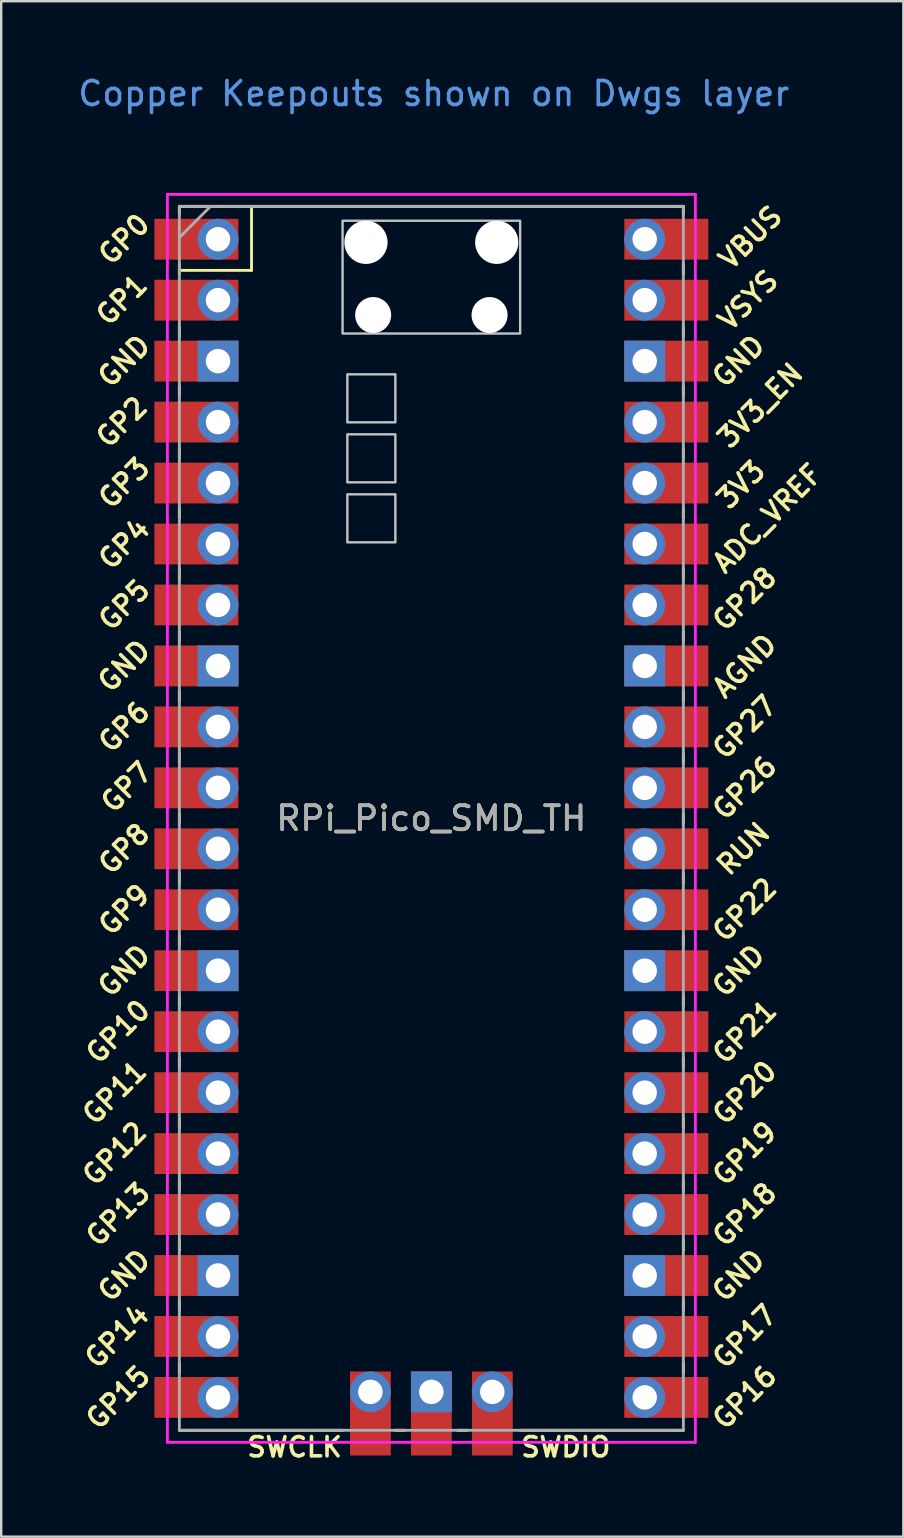
<source format=kicad_pcb>
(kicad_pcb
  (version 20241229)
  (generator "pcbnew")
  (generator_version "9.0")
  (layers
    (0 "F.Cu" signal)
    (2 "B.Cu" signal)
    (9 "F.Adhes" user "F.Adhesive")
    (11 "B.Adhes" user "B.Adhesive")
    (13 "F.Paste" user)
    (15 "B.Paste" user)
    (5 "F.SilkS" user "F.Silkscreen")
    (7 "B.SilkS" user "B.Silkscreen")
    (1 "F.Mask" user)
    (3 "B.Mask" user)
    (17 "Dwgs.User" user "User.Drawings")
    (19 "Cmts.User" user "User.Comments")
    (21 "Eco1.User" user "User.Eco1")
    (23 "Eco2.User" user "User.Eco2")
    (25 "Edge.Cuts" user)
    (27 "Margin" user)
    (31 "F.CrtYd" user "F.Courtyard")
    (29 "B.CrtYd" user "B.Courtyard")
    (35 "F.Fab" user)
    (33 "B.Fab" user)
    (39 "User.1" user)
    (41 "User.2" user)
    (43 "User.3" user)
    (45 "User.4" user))
  (footprint "RPi_Pico_SMD_TH"
    (layer "F.Cu")
    (at 14.924 31.048)
    (property "Reference" "RPi_Pico_SMD_TH" (at 0 0 0) (layer "F.SilkS") (effects (font (size 1 1) (thickness 0.15))))
    (attr through_hole)
    (fp_line (start -10.5 -25.5) (end -10.5 -25.2) (stroke (width 0.12) (type solid)) (layer "F.SilkS"))
    (fp_line (start -10.5 -25.5) (end 10.5 -25.5) (stroke (width 0.12) (type solid)) (layer "F.SilkS"))
    (fp_line (start -10.5 -23.1) (end -10.5 -22.7) (stroke (width 0.12) (type solid)) (layer "F.SilkS"))
    (fp_line (start -10.5 -22.833) (end -7.493 -22.833) (stroke (width 0.12) (type solid)) (layer "F.SilkS"))
    (fp_line (start -10.5 -20.5) (end -10.5 -20.1) (stroke (width 0.12) (type solid)) (layer "F.SilkS"))
    (fp_line (start -10.5 -18) (end -10.5 -17.6) (stroke (width 0.12) (type solid)) (layer "F.SilkS"))
    (fp_line (start -10.5 -15.4) (end -10.5 -15) (stroke (width 0.12) (type solid)) (layer "F.SilkS"))
    (fp_line (start -10.5 -12.9) (end -10.5 -12.5) (stroke (width 0.12) (type solid)) (layer "F.SilkS"))
    (fp_line (start -10.5 -10.4) (end -10.5 -10) (stroke (width 0.12) (type solid)) (layer "F.SilkS"))
    (fp_line (start -10.5 -7.8) (end -10.5 -7.4) (stroke (width 0.12) (type solid)) (layer "F.SilkS"))
    (fp_line (start -10.5 -5.3) (end -10.5 -4.9) (stroke (width 0.12) (type solid)) (layer "F.SilkS"))
    (fp_line (start -10.5 -2.7) (end -10.5 -2.3) (stroke (width 0.12) (type solid)) (layer "F.SilkS"))
    (fp_line (start -10.5 -0.2) (end -10.5 0.2) (stroke (width 0.12) (type solid)) (layer "F.SilkS"))
    (fp_line (start -10.5 2.3) (end -10.5 2.7) (stroke (width 0.12) (type solid)) (layer "F.SilkS"))
    (fp_line (start -10.5 4.9) (end -10.5 5.3) (stroke (width 0.12) (type solid)) (layer "F.SilkS"))
    (fp_line (start -10.5 7.4) (end -10.5 7.8) (stroke (width 0.12) (type solid)) (layer "F.SilkS"))
    (fp_line (start -10.5 10) (end -10.5 10.4) (stroke (width 0.12) (type solid)) (layer "F.SilkS"))
    (fp_line (start -10.5 12.5) (end -10.5 12.9) (stroke (width 0.12) (type solid)) (layer "F.SilkS"))
    (fp_line (start -10.5 15.1) (end -10.5 15.5) (stroke (width 0.12) (type solid)) (layer "F.SilkS"))
    (fp_line (start -10.5 17.6) (end -10.5 18) (stroke (width 0.12) (type solid)) (layer "F.SilkS"))
    (fp_line (start -10.5 20.1) (end -10.5 20.5) (stroke (width 0.12) (type solid)) (layer "F.SilkS"))
    (fp_line (start -10.5 22.7) (end -10.5 23.1) (stroke (width 0.12) (type solid)) (layer "F.SilkS"))
    (fp_line (start -7.493 -22.833) (end -7.493 -25.5) (stroke (width 0.12) (type solid)) (layer "F.SilkS"))
    (fp_line (start -3.7 25.5) (end -10.5 25.5) (stroke (width 0.12) (type solid)) (layer "F.SilkS"))
    (fp_line (start -1.5 25.5) (end -1.1 25.5) (stroke (width 0.12) (type solid)) (layer "F.SilkS"))
    (fp_line (start 1.1 25.5) (end 1.5 25.5) (stroke (width 0.12) (type solid)) (layer "F.SilkS"))
    (fp_line (start 10.5 -25.5) (end 10.5 -25.2) (stroke (width 0.12) (type solid)) (layer "F.SilkS"))
    (fp_line (start 10.5 -23.1) (end 10.5 -22.7) (stroke (width 0.12) (type solid)) (layer "F.SilkS"))
    (fp_line (start 10.5 -20.5) (end 10.5 -20.1) (stroke (width 0.12) (type solid)) (layer "F.SilkS"))
    (fp_line (start 10.5 -18) (end 10.5 -17.6) (stroke (width 0.12) (type solid)) (layer "F.SilkS"))
    (fp_line (start 10.5 -15.4) (end 10.5 -15) (stroke (width 0.12) (type solid)) (layer "F.SilkS"))
    (fp_line (start 10.5 -12.9) (end 10.5 -12.5) (stroke (width 0.12) (type solid)) (layer "F.SilkS"))
    (fp_line (start 10.5 -10.4) (end 10.5 -10) (stroke (width 0.12) (type solid)) (layer "F.SilkS"))
    (fp_line (start 10.5 -7.8) (end 10.5 -7.4) (stroke (width 0.12) (type solid)) (layer "F.SilkS"))
    (fp_line (start 10.5 -5.3) (end 10.5 -4.9) (stroke (width 0.12) (type solid)) (layer "F.SilkS"))
    (fp_line (start 10.5 -2.7) (end 10.5 -2.3) (stroke (width 0.12) (type solid)) (layer "F.SilkS"))
    (fp_line (start 10.5 -0.2) (end 10.5 0.2) (stroke (width 0.12) (type solid)) (layer "F.SilkS"))
    (fp_line (start 10.5 2.3) (end 10.5 2.7) (stroke (width 0.12) (type solid)) (layer "F.SilkS"))
    (fp_line (start 10.5 4.9) (end 10.5 5.3) (stroke (width 0.12) (type solid)) (layer "F.SilkS"))
    (fp_line (start 10.5 7.4) (end 10.5 7.8) (stroke (width 0.12) (type solid)) (layer "F.SilkS"))
    (fp_line (start 10.5 10) (end 10.5 10.4) (stroke (width 0.12) (type solid)) (layer "F.SilkS"))
    (fp_line (start 10.5 12.5) (end 10.5 12.9) (stroke (width 0.12) (type solid)) (layer "F.SilkS"))
    (fp_line (start 10.5 15.1) (end 10.5 15.5) (stroke (width 0.12) (type solid)) (layer "F.SilkS"))
    (fp_line (start 10.5 17.6) (end 10.5 18) (stroke (width 0.12) (type solid)) (layer "F.SilkS"))
    (fp_line (start 10.5 20.1) (end 10.5 20.5) (stroke (width 0.12) (type solid)) (layer "F.SilkS"))
    (fp_line (start 10.5 22.7) (end 10.5 23.1) (stroke (width 0.12) (type solid)) (layer "F.SilkS"))
    (fp_line (start 10.5 25.5) (end 3.7 25.5) (stroke (width 0.12) (type solid)) (layer "F.SilkS"))
    (fp_poly (pts (xy -1.5 -16.5) (xy -3.5 -16.5) (xy -3.5 -18.5) (xy -1.5 -18.5)) (stroke (width 0.1) (type solid)) (fill no) (layer "Dwgs.User"))
    (fp_poly (pts (xy -1.5 -14) (xy -3.5 -14) (xy -3.5 -16) (xy -1.5 -16)) (stroke (width 0.1) (type solid)) (fill no) (layer "Dwgs.User"))
    (fp_poly (pts (xy -1.5 -11.5) (xy -3.5 -11.5) (xy -3.5 -13.5) (xy -1.5 -13.5)) (stroke (width 0.1) (type solid)) (fill no) (layer "Dwgs.User"))
    (fp_poly (pts (xy 3.7 -20.2) (xy -3.7 -20.2) (xy -3.7 -24.9) (xy 3.7 -24.9)) (stroke (width 0.1) (type solid)) (fill no) (layer "Dwgs.User"))
    (fp_line (start -11 -26) (end 11 -26) (stroke (width 0.12) (type solid)) (layer "F.CrtYd"))
    (fp_line (start -11 26) (end -11 -26) (stroke (width 0.12) (type solid)) (layer "F.CrtYd"))
    (fp_line (start 11 -26) (end 11 26) (stroke (width 0.12) (type solid)) (layer "F.CrtYd"))
    (fp_line (start 11 26) (end -11 26) (stroke (width 0.12) (type solid)) (layer "F.CrtYd"))
    (fp_line (start -10.5 -25.5) (end 10.5 -25.5) (stroke (width 0.12) (type solid)) (layer "F.Fab"))
    (fp_line (start -10.5 -24.2) (end -9.2 -25.5) (stroke (width 0.12) (type solid)) (layer "F.Fab"))
    (fp_line (start -10.5 25.5) (end -10.5 -25.5) (stroke (width 0.12) (type solid)) (layer "F.Fab"))
    (fp_line (start 10.5 -25.5) (end 10.5 25.5) (stroke (width 0.12) (type solid)) (layer "F.Fab"))
    (fp_line (start 10.5 25.5) (end -10.5 25.5) (stroke (width 0.12) (type solid)) (layer "F.Fab"))
    (fp_text user "GP16" (at 13.054 24.13 45) (layer "F.SilkS") (effects (font (size 0.8 0.8) (thickness 0.15))))
    (fp_text user "GP0" (at -12.8 -24.13 45) (layer "F.SilkS") (effects (font (size 0.8 0.8) (thickness 0.15))))
    (fp_text user "GP21" (at 13.054 8.9 45) (layer "F.SilkS") (effects (font (size 0.8 0.8) (thickness 0.15))))
    (fp_text user "GP27" (at 13.054 -3.8 45) (layer "F.SilkS") (effects (font (size 0.8 0.8) (thickness 0.15))))
    (fp_text user "GND" (at -12.8 6.35 45) (layer "F.SilkS") (effects (font (size 0.8 0.8) (thickness 0.15))))
    (fp_text user "GND" (at -12.8 -6.35 45) (layer "F.SilkS") (effects (font (size 0.8 0.8) (thickness 0.15))))
    (fp_text user "GP11" (at -13.2 11.43 45) (layer "F.SilkS") (effects (font (size 0.8 0.8) (thickness 0.15))))
    (fp_text user "SWDIO" (at 5.6 26.2 0) (layer "F.SilkS") (effects (font (size 0.8 0.8) (thickness 0.15))))
    (fp_text user "GP8" (at -12.8 1.27 45) (layer "F.SilkS") (effects (font (size 0.8 0.8) (thickness 0.15))))
    (fp_text user "GP28" (at 13.054 -9.144 45) (layer "F.SilkS") (effects (font (size 0.8 0.8) (thickness 0.15))))
    (fp_text user "RUN" (at 13 1.27 45) (layer "F.SilkS") (effects (font (size 0.8 0.8) (thickness 0.15))))
    (fp_text user "GP12" (at -13.2 13.97 45) (layer "F.SilkS") (effects (font (size 0.8 0.8) (thickness 0.15))))
    (fp_text user "GP9" (at -12.8 3.81 45) (layer "F.SilkS") (effects (font (size 0.8 0.8) (thickness 0.15))))
    (fp_text user "3V3" (at 12.9 -13.9 45) (layer "F.SilkS") (effects (font (size 0.8 0.8) (thickness 0.15))))
    (fp_text user "SWCLK" (at -5.7 26.2 0) (layer "F.SilkS") (effects (font (size 0.8 0.8) (thickness 0.15))))
    (fp_text user "3V3_EN" (at 13.7 -17.2 45) (layer "F.SilkS") (effects (font (size 0.8 0.8) (thickness 0.15))))
    (fp_text user "GP4" (at -12.8 -11.43 45) (layer "F.SilkS") (effects (font (size 0.8 0.8) (thickness 0.15))))
    (fp_text user "GP18" (at 13.054 16.51 45) (layer "F.SilkS") (effects (font (size 0.8 0.8) (thickness 0.15))))
    (fp_text user "GND" (at -12.8 -19.05 45) (layer "F.SilkS") (effects (font (size 0.8 0.8) (thickness 0.15))))
    (fp_text user "GND" (at 12.8 6.35 45) (layer "F.SilkS") (effects (font (size 0.8 0.8) (thickness 0.15))))
    (fp_text user "GP17" (at 13.054 21.59 45) (layer "F.SilkS") (effects (font (size 0.8 0.8) (thickness 0.15))))
    (fp_text user "GP6" (at -12.8 -3.81 45) (layer "F.SilkS") (effects (font (size 0.8 0.8) (thickness 0.15))))
    (fp_text user "VBUS" (at 13.3 -24.2 45) (layer "F.SilkS") (effects (font (size 0.8 0.8) (thickness 0.15))))
    (fp_text user "GP7" (at -12.7 -1.3 45) (layer "F.SilkS") (effects (font (size 0.8 0.8) (thickness 0.15))))
    (fp_text user "GP10" (at -13.054 8.89 45) (layer "F.SilkS") (effects (font (size 0.8 0.8) (thickness 0.15))))
    (fp_text user "GP20" (at 13.054 11.43 45) (layer "F.SilkS") (effects (font (size 0.8 0.8) (thickness 0.15))))
    (fp_text user "GP22" (at 13.054 3.81 45) (layer "F.SilkS") (effects (font (size 0.8 0.8) (thickness 0.15))))
    (fp_text user "GP13" (at -13.054 16.51 45) (layer "F.SilkS") (effects (font (size 0.8 0.8) (thickness 0.15))))
    (fp_text user "GND" (at 12.8 -19.05 45) (layer "F.SilkS") (effects (font (size 0.8 0.8) (thickness 0.15))))
    (fp_text user "GP14" (at -13.1 21.59 45) (layer "F.SilkS") (effects (font (size 0.8 0.8) (thickness 0.15))))
    (fp_text user "GP5" (at -12.8 -8.89 45) (layer "F.SilkS") (effects (font (size 0.8 0.8) (thickness 0.15))))
    (fp_text user "GND" (at 12.8 19.05 45) (layer "F.SilkS") (effects (font (size 0.8 0.8) (thickness 0.15))))
    (fp_text user "GP26" (at 13.054 -1.27 45) (layer "F.SilkS") (effects (font (size 0.8 0.8) (thickness 0.15))))
    (fp_text user "ADC_VREF" (at 14 -12.5 45) (layer "F.SilkS") (effects (font (size 0.8 0.8) (thickness 0.15))))
    (fp_text user "GND" (at -12.8 19.05 45) (layer "F.SilkS") (effects (font (size 0.8 0.8) (thickness 0.15))))
    (fp_text user "GP3" (at -12.8 -13.97 45) (layer "F.SilkS") (effects (font (size 0.8 0.8) (thickness 0.15))))
    (fp_text user "GP1" (at -12.9 -21.6 45) (layer "F.SilkS") (effects (font (size 0.8 0.8) (thickness 0.15))))
    (fp_text user "GP15" (at -13.054 24.13 45) (layer "F.SilkS") (effects (font (size 0.8 0.8) (thickness 0.15))))
    (fp_text user "GP2" (at -12.9 -16.51 45) (layer "F.SilkS") (effects (font (size 0.8 0.8) (thickness 0.15))))
    (fp_text user "VSYS" (at 13.2 -21.59 45) (layer "F.SilkS") (effects (font (size 0.8 0.8) (thickness 0.15))))
    (fp_text user "AGND" (at 13.054 -6.35 45) (layer "F.SilkS") (effects (font (size 0.8 0.8) (thickness 0.15))))
    (fp_text user "GP19" (at 13.054 13.97 45) (layer "F.SilkS") (effects (font (size 0.8 0.8) (thickness 0.15))))
    (fp_text user "Copper Keepouts shown on Dwgs layer" (at 0.1 -30.2 0) (layer "Cmts.User") (effects (font (size 1 1) (thickness 0.15))))
    (fp_text user "${REFERENCE}" (at 0 0 180) (layer "F.Fab") (effects (font (size 1 1) (thickness 0.15))))
    (pad "" np_thru_hole oval (at -2.725 -24) (size 1.8 1.8) (drill 1.8) (layers "*.Cu" "*.Mask"))
    (pad "" np_thru_hole oval (at -2.425 -20.97) (size 1.5 1.5) (drill 1.5) (layers "*.Cu" "*.Mask"))
    (pad "" np_thru_hole oval (at 2.425 -20.97) (size 1.5 1.5) (drill 1.5) (layers "*.Cu" "*.Mask"))
    (pad "" np_thru_hole oval (at 2.725 -24) (size 1.8 1.8) (drill 1.8) (layers "*.Cu" "*.Mask"))
    (pad "1" thru_hole oval (at -8.89 -24.13) (size 1.7 1.7) (drill 1.02) (layers "*.Cu" "*.Mask"))
    (pad "1" smd rect (at -8.89 -24.13) (size 3.5 1.7) (drill (offset -0.9 0)) (layers "F.Cu" "F.Mask"))
    (pad "2" thru_hole oval (at -8.89 -21.59) (size 1.7 1.7) (drill 1.02) (layers "*.Cu" "*.Mask"))
    (pad "2" smd rect (at -8.89 -21.59) (size 3.5 1.7) (drill (offset -0.9 0)) (layers "F.Cu" "F.Mask"))
    (pad "3" thru_hole rect (at -8.89 -19.05) (size 1.7 1.7) (drill 1.02) (layers "*.Cu" "*.Mask"))
    (pad "3" smd rect (at -8.89 -19.05) (size 3.5 1.7) (drill (offset -0.9 0)) (layers "F.Cu" "F.Mask"))
    (pad "4" thru_hole oval (at -8.89 -16.51) (size 1.7 1.7) (drill 1.02) (layers "*.Cu" "*.Mask"))
    (pad "4" smd rect (at -8.89 -16.51) (size 3.5 1.7) (drill (offset -0.9 0)) (layers "F.Cu" "F.Mask"))
    (pad "5" thru_hole oval (at -8.89 -13.97) (size 1.7 1.7) (drill 1.02) (layers "*.Cu" "*.Mask"))
    (pad "5" smd rect (at -8.89 -13.97) (size 3.5 1.7) (drill (offset -0.9 0)) (layers "F.Cu" "F.Mask"))
    (pad "6" thru_hole oval (at -8.89 -11.43) (size 1.7 1.7) (drill 1.02) (layers "*.Cu" "*.Mask"))
    (pad "6" smd rect (at -8.89 -11.43) (size 3.5 1.7) (drill (offset -0.9 0)) (layers "F.Cu" "F.Mask"))
    (pad "7" thru_hole oval (at -8.89 -8.89) (size 1.7 1.7) (drill 1.02) (layers "*.Cu" "*.Mask"))
    (pad "7" smd rect (at -8.89 -8.89) (size 3.5 1.7) (drill (offset -0.9 0)) (layers "F.Cu" "F.Mask"))
    (pad "8" thru_hole rect (at -8.89 -6.35) (size 1.7 1.7) (drill 1.02) (layers "*.Cu" "*.Mask"))
    (pad "8" smd rect (at -8.89 -6.35) (size 3.5 1.7) (drill (offset -0.9 0)) (layers "F.Cu" "F.Mask"))
    (pad "9" thru_hole oval (at -8.89 -3.81) (size 1.7 1.7) (drill 1.02) (layers "*.Cu" "*.Mask"))
    (pad "9" smd rect (at -8.89 -3.81) (size 3.5 1.7) (drill (offset -0.9 0)) (layers "F.Cu" "F.Mask"))
    (pad "10" thru_hole oval (at -8.89 -1.27) (size 1.7 1.7) (drill 1.02) (layers "*.Cu" "*.Mask"))
    (pad "10" smd rect (at -8.89 -1.27) (size 3.5 1.7) (drill (offset -0.9 0)) (layers "F.Cu" "F.Mask"))
    (pad "11" thru_hole oval (at -8.89 1.27) (size 1.7 1.7) (drill 1.02) (layers "*.Cu" "*.Mask"))
    (pad "11" smd rect (at -8.89 1.27) (size 3.5 1.7) (drill (offset -0.9 0)) (layers "F.Cu" "F.Mask"))
    (pad "12" thru_hole oval (at -8.89 3.81) (size 1.7 1.7) (drill 1.02) (layers "*.Cu" "*.Mask"))
    (pad "12" smd rect (at -8.89 3.81) (size 3.5 1.7) (drill (offset -0.9 0)) (layers "F.Cu" "F.Mask"))
    (pad "13" thru_hole rect (at -8.89 6.35) (size 1.7 1.7) (drill 1.02) (layers "*.Cu" "*.Mask"))
    (pad "13" smd rect (at -8.89 6.35) (size 3.5 1.7) (drill (offset -0.9 0)) (layers "F.Cu" "F.Mask"))
    (pad "14" thru_hole oval (at -8.89 8.89) (size 1.7 1.7) (drill 1.02) (layers "*.Cu" "*.Mask"))
    (pad "14" smd rect (at -8.89 8.89) (size 3.5 1.7) (drill (offset -0.9 0)) (layers "F.Cu" "F.Mask"))
    (pad "15" thru_hole oval (at -8.89 11.43) (size 1.7 1.7) (drill 1.02) (layers "*.Cu" "*.Mask"))
    (pad "15" smd rect (at -8.89 11.43) (size 3.5 1.7) (drill (offset -0.9 0)) (layers "F.Cu" "F.Mask"))
    (pad "16" thru_hole oval (at -8.89 13.97) (size 1.7 1.7) (drill 1.02) (layers "*.Cu" "*.Mask"))
    (pad "16" smd rect (at -8.89 13.97) (size 3.5 1.7) (drill (offset -0.9 0)) (layers "F.Cu" "F.Mask"))
    (pad "17" thru_hole oval (at -8.89 16.51) (size 1.7 1.7) (drill 1.02) (layers "*.Cu" "*.Mask"))
    (pad "17" smd rect (at -8.89 16.51) (size 3.5 1.7) (drill (offset -0.9 0)) (layers "F.Cu" "F.Mask"))
    (pad "18" thru_hole rect (at -8.89 19.05) (size 1.7 1.7) (drill 1.02) (layers "*.Cu" "*.Mask"))
    (pad "18" smd rect (at -8.89 19.05) (size 3.5 1.7) (drill (offset -0.9 0)) (layers "F.Cu" "F.Mask"))
    (pad "19" thru_hole oval (at -8.89 21.59) (size 1.7 1.7) (drill 1.02) (layers "*.Cu" "*.Mask"))
    (pad "19" smd rect (at -8.89 21.59) (size 3.5 1.7) (drill (offset -0.9 0)) (layers "F.Cu" "F.Mask"))
    (pad "20" thru_hole oval (at -8.89 24.13) (size 1.7 1.7) (drill 1.02) (layers "*.Cu" "*.Mask"))
    (pad "20" smd rect (at -8.89 24.13) (size 3.5 1.7) (drill (offset -0.9 0)) (layers "F.Cu" "F.Mask"))
    (pad "21" thru_hole oval (at 8.89 24.13) (size 1.7 1.7) (drill 1.02) (layers "*.Cu" "*.Mask"))
    (pad "21" smd rect (at 8.89 24.13) (size 3.5 1.7) (drill (offset 0.9 0)) (layers "F.Cu" "F.Mask"))
    (pad "22" thru_hole oval (at 8.89 21.59) (size 1.7 1.7) (drill 1.02) (layers "*.Cu" "*.Mask"))
    (pad "22" smd rect (at 8.89 21.59) (size 3.5 1.7) (drill (offset 0.9 0)) (layers "F.Cu" "F.Mask"))
    (pad "23" thru_hole rect (at 8.89 19.05) (size 1.7 1.7) (drill 1.02) (layers "*.Cu" "*.Mask"))
    (pad "23" smd rect (at 8.89 19.05) (size 3.5 1.7) (drill (offset 0.9 0)) (layers "F.Cu" "F.Mask"))
    (pad "24" thru_hole oval (at 8.89 16.51) (size 1.7 1.7) (drill 1.02) (layers "*.Cu" "*.Mask"))
    (pad "24" smd rect (at 8.89 16.51) (size 3.5 1.7) (drill (offset 0.9 0)) (layers "F.Cu" "F.Mask"))
    (pad "25" thru_hole oval (at 8.89 13.97) (size 1.7 1.7) (drill 1.02) (layers "*.Cu" "*.Mask"))
    (pad "25" smd rect (at 8.89 13.97) (size 3.5 1.7) (drill (offset 0.9 0)) (layers "F.Cu" "F.Mask"))
    (pad "26" thru_hole oval (at 8.89 11.43) (size 1.7 1.7) (drill 1.02) (layers "*.Cu" "*.Mask"))
    (pad "26" smd rect (at 8.89 11.43) (size 3.5 1.7) (drill (offset 0.9 0)) (layers "F.Cu" "F.Mask"))
    (pad "27" thru_hole oval (at 8.89 8.89) (size 1.7 1.7) (drill 1.02) (layers "*.Cu" "*.Mask"))
    (pad "27" smd rect (at 8.89 8.89) (size 3.5 1.7) (drill (offset 0.9 0)) (layers "F.Cu" "F.Mask"))
    (pad "28" thru_hole rect (at 8.89 6.35) (size 1.7 1.7) (drill 1.02) (layers "*.Cu" "*.Mask"))
    (pad "28" smd rect (at 8.89 6.35) (size 3.5 1.7) (drill (offset 0.9 0)) (layers "F.Cu" "F.Mask"))
    (pad "29" thru_hole oval (at 8.89 3.81) (size 1.7 1.7) (drill 1.02) (layers "*.Cu" "*.Mask"))
    (pad "29" smd rect (at 8.89 3.81) (size 3.5 1.7) (drill (offset 0.9 0)) (layers "F.Cu" "F.Mask"))
    (pad "30" thru_hole oval (at 8.89 1.27) (size 1.7 1.7) (drill 1.02) (layers "*.Cu" "*.Mask"))
    (pad "30" smd rect (at 8.89 1.27) (size 3.5 1.7) (drill (offset 0.9 0)) (layers "F.Cu" "F.Mask"))
    (pad "31" thru_hole oval (at 8.89 -1.27) (size 1.7 1.7) (drill 1.02) (layers "*.Cu" "*.Mask"))
    (pad "31" smd rect (at 8.89 -1.27) (size 3.5 1.7) (drill (offset 0.9 0)) (layers "F.Cu" "F.Mask"))
    (pad "32" thru_hole oval (at 8.89 -3.81) (size 1.7 1.7) (drill 1.02) (layers "*.Cu" "*.Mask"))
    (pad "32" smd rect (at 8.89 -3.81) (size 3.5 1.7) (drill (offset 0.9 0)) (layers "F.Cu" "F.Mask"))
    (pad "33" thru_hole rect (at 8.89 -6.35) (size 1.7 1.7) (drill 1.02) (layers "*.Cu" "*.Mask"))
    (pad "33" smd rect (at 8.89 -6.35) (size 3.5 1.7) (drill (offset 0.9 0)) (layers "F.Cu" "F.Mask"))
    (pad "34" thru_hole oval (at 8.89 -8.89) (size 1.7 1.7) (drill 1.02) (layers "*.Cu" "*.Mask"))
    (pad "34" smd rect (at 8.89 -8.89) (size 3.5 1.7) (drill (offset 0.9 0)) (layers "F.Cu" "F.Mask"))
    (pad "35" thru_hole oval (at 8.89 -11.43) (size 1.7 1.7) (drill 1.02) (layers "*.Cu" "*.Mask"))
    (pad "35" smd rect (at 8.89 -11.43) (size 3.5 1.7) (drill (offset 0.9 0)) (layers "F.Cu" "F.Mask"))
    (pad "36" thru_hole oval (at 8.89 -13.97) (size 1.7 1.7) (drill 1.02) (layers "*.Cu" "*.Mask"))
    (pad "36" smd rect (at 8.89 -13.97) (size 3.5 1.7) (drill (offset 0.9 0)) (layers "F.Cu" "F.Mask"))
    (pad "37" thru_hole oval (at 8.89 -16.51) (size 1.7 1.7) (drill 1.02) (layers "*.Cu" "*.Mask"))
    (pad "37" smd rect (at 8.89 -16.51) (size 3.5 1.7) (drill (offset 0.9 0)) (layers "F.Cu" "F.Mask"))
    (pad "38" thru_hole rect (at 8.89 -19.05) (size 1.7 1.7) (drill 1.02) (layers "*.Cu" "*.Mask"))
    (pad "38" smd rect (at 8.89 -19.05) (size 3.5 1.7) (drill (offset 0.9 0)) (layers "F.Cu" "F.Mask"))
    (pad "39" thru_hole oval (at 8.89 -21.59) (size 1.7 1.7) (drill 1.02) (layers "*.Cu" "*.Mask"))
    (pad "39" smd rect (at 8.89 -21.59) (size 3.5 1.7) (drill (offset 0.9 0)) (layers "F.Cu" "F.Mask"))
    (pad "40" thru_hole oval (at 8.89 -24.13) (size 1.7 1.7) (drill 1.02) (layers "*.Cu" "*.Mask"))
    (pad "40" smd rect (at 8.89 -24.13) (size 3.5 1.7) (drill (offset 0.9 0)) (layers "F.Cu" "F.Mask"))
    (pad "41" thru_hole oval (at -2.54 23.9) (size 1.7 1.7) (drill 1.02) (layers "*.Cu" "*.Mask"))
    (pad "41" smd rect (at -2.54 23.9 90) (size 3.5 1.7) (drill (offset -0.9 0)) (layers "F.Cu" "F.Mask"))
    (pad "42" thru_hole rect (at 0 23.9) (size 1.7 1.7) (drill 1.02) (layers "*.Cu" "*.Mask"))
    (pad "42" smd rect (at 0 23.9 90) (size 3.5 1.7) (drill (offset -0.9 0)) (layers "F.Cu" "F.Mask"))
    (pad "43" thru_hole oval (at 2.54 23.9) (size 1.7 1.7) (drill 1.02) (layers "*.Cu" "*.Mask"))
    (pad "43" smd rect (at 2.54 23.9 90) (size 3.5 1.7) (drill (offset -0.9 0)) (layers "F.Cu" "F.Mask")))
  (gr_rect
    (start -3 -3)
    (end 34.591 60.98)
    (stroke (width 0.1) (type default))
    (fill no)
    (layer "Edge.Cuts")))
</source>
